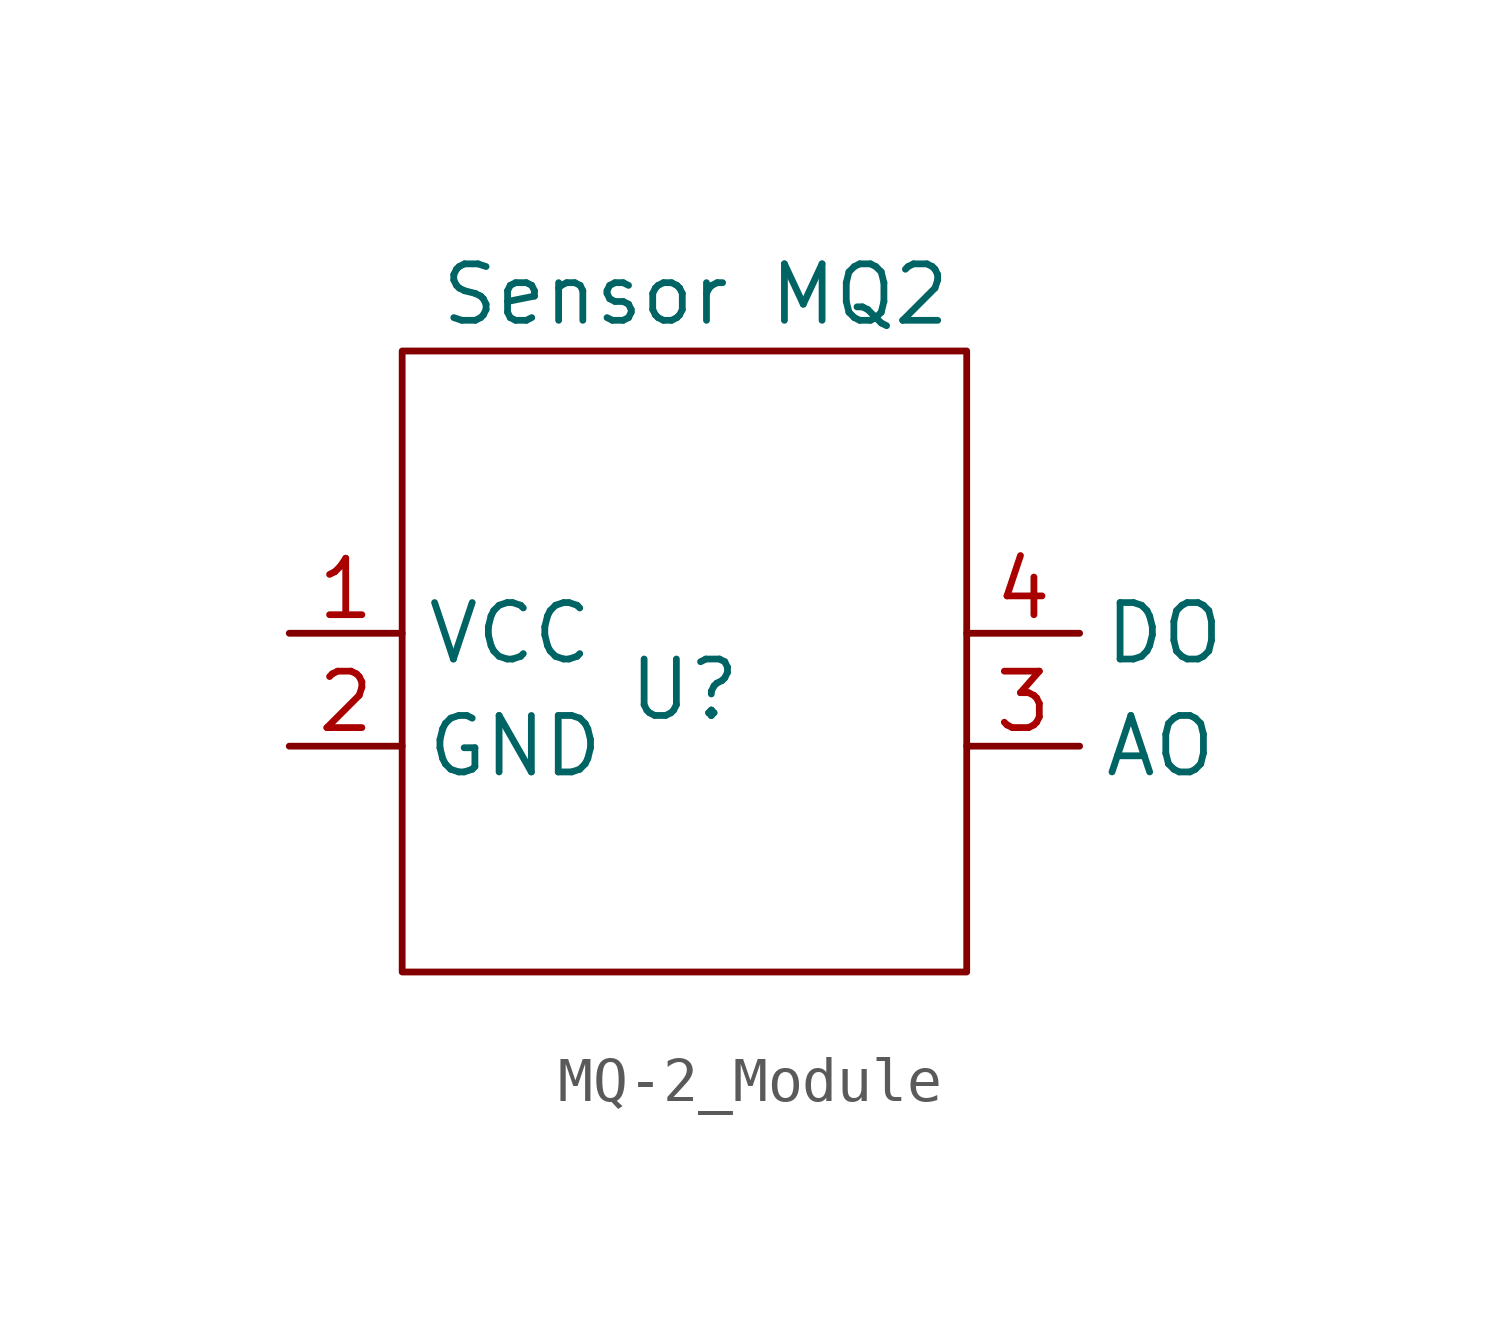
<source format=kicad_sym>
(kicad_symbol_lib
  (version 20241209)
  (generator "kicad_symbol_editor")
  (generator_version "9.0")
  (symbol "MQ-2_Module"
    (property "Reference" "U"
      (at 0 0 0)
      (effects (font (size 1.27 1.27))))
    (property "Value" "Sensor MQ2"
      (at 0.254 8.89 0)
      (effects (font (size 1.27 1.27))))
    (symbol "MQ-2_Module_0_1"
      (rectangle (start -6.35 7.62) (end 6.35 -6.35) (stroke (width 0) (type default)) (fill (type none))))
    (symbol "MQ-2_Module_1_1"
      (pin power_in line (at -8.89 1.27 0) (length 2.54) (name "VCC" (effects (font (size 1.27 1.27)))) (number "1" (effects (font (size 1.27 1.27)))))
      (pin power_in line (at -8.89 -1.27 0) (length 2.54) (name "GND" (effects (font (size 1.27 1.27)))) (number "2" (effects (font (size 1.27 1.27)))))
      (pin output line (at 6.35 1.27 0) (length 2.54) (name "DO" (effects (font (size 1.27 1.27)))) (number "4" (effects (font (size 1.27 1.27)))))
      (pin output line (at 6.35 -1.27 0) (length 2.54) (name "AO" (effects (font (size 1.27 1.27)))) (number "3" (effects (font (size 1.27 1.27))))))))
</source>
